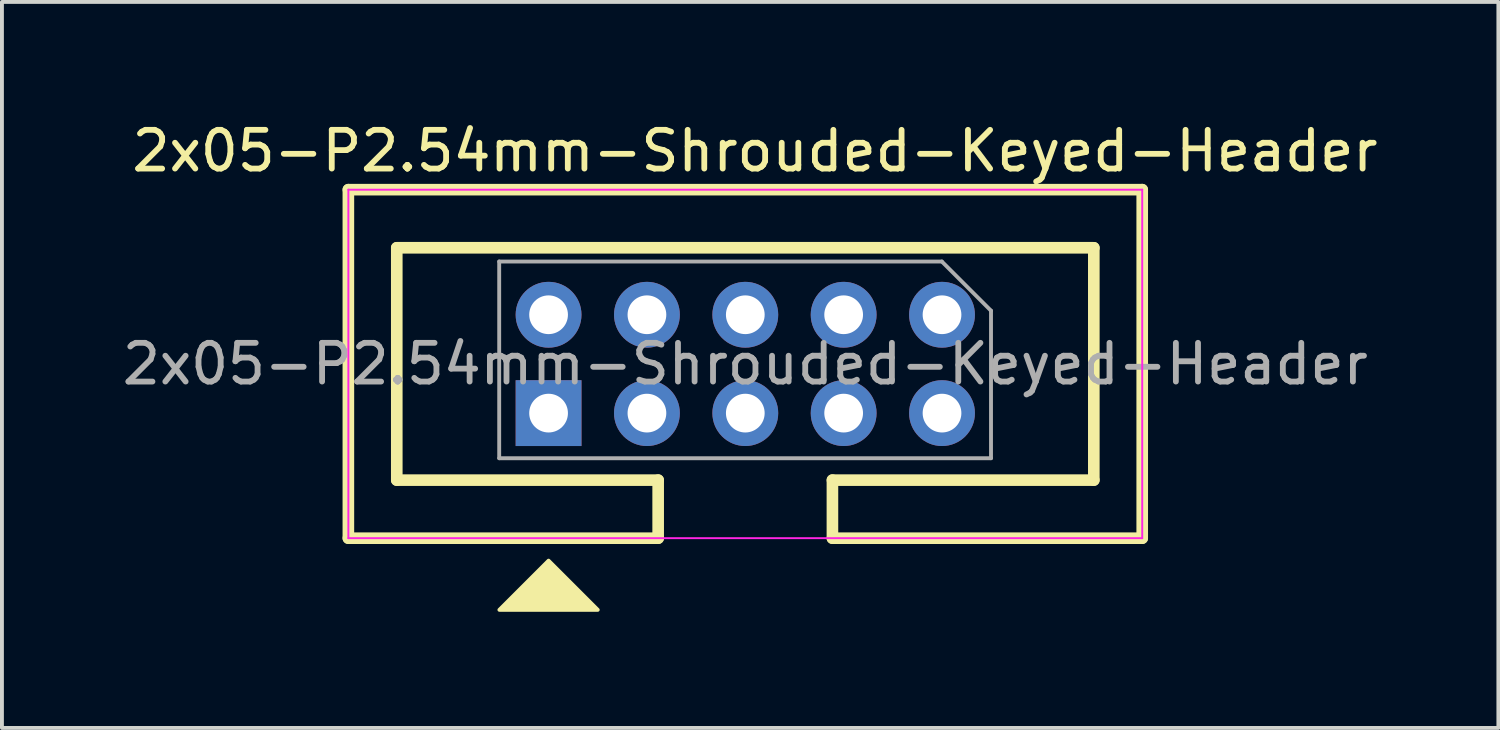
<source format=kicad_pcb>
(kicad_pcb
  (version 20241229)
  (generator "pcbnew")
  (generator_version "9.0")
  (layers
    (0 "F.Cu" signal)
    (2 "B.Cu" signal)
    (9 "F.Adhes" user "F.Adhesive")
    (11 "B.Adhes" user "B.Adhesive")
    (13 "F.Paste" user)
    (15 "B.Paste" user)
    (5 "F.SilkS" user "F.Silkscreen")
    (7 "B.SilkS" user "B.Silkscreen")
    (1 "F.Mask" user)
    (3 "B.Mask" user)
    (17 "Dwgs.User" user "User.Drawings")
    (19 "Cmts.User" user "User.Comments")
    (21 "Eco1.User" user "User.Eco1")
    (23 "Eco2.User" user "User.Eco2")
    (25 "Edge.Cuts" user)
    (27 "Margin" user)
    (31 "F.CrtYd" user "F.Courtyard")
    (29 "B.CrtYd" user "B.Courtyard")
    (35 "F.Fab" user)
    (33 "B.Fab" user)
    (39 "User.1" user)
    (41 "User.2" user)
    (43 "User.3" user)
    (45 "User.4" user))
  (footprint "2x05-P2.54mm-Shrouded-Keyed-Header"
    (layer "F.Cu")
    (at 16.196 6.348)
    (property "Reference" "2x05-P2.54mm-Shrouded-Keyed-Header" (at 0.25 -5.5 0) (layer "F.SilkS") (effects (font (size 1 1) (thickness 0.15))))
    (attr through_hole)
    (fp_line (start -10.25 -4.5) (end -10.25 4.5) (stroke (width 0.3) (type solid)) (layer "F.SilkS"))
    (fp_line (start -10.25 -4.5) (end 10.25 -4.5) (stroke (width 0.3) (type solid)) (layer "F.SilkS"))
    (fp_line (start -10.25 4.5) (end -2.25 4.5) (stroke (width 0.3) (type solid)) (layer "F.SilkS"))
    (fp_line (start -9 -3) (end -9 3) (stroke (width 0.3) (type solid)) (layer "F.SilkS"))
    (fp_line (start -9 -3) (end 9 -3) (stroke (width 0.3) (type solid)) (layer "F.SilkS"))
    (fp_line (start -9 3) (end -2.25 3) (stroke (width 0.3) (type solid)) (layer "F.SilkS"))
    (fp_line (start -2.25 4.5) (end -2.25 3) (stroke (width 0.3) (type solid)) (layer "F.SilkS"))
    (fp_line (start 2.25 4.5) (end 2.25 3) (stroke (width 0.3) (type solid)) (layer "F.SilkS"))
    (fp_line (start 9 -3) (end 9 3) (stroke (width 0.3) (type solid)) (layer "F.SilkS"))
    (fp_line (start 9 3) (end 2.25 3) (stroke (width 0.3) (type solid)) (layer "F.SilkS"))
    (fp_line (start 10.25 -4.5) (end 10.25 4.5) (stroke (width 0.3) (type solid)) (layer "F.SilkS"))
    (fp_line (start 10.25 4.5) (end 2.25 4.5) (stroke (width 0.3) (type solid)) (layer "F.SilkS"))
    (fp_poly (pts (xy -3.81 6.35) (xy -6.35 6.35) (xy -5.08 5.08)) (stroke (width 0.1) (type solid)) (fill yes) (layer "F.SilkS"))
    (fp_line (start -10.25 -4.5) (end -10.25 4.5) (stroke (width 0.05) (type solid)) (layer "F.CrtYd"))
    (fp_line (start -10.25 4.5) (end 10.25 4.5) (stroke (width 0.05) (type solid)) (layer "F.CrtYd"))
    (fp_line (start 10.25 -4.5) (end -10.25 -4.5) (stroke (width 0.05) (type solid)) (layer "F.CrtYd"))
    (fp_line (start 10.25 4.5) (end 10.25 -4.5) (stroke (width 0.05) (type solid)) (layer "F.CrtYd"))
    (fp_line (start -6.355 -2.645) (end 5.075 -2.645) (stroke (width 0.1) (type solid)) (layer "F.Fab"))
    (fp_line (start -6.355 2.435) (end -6.355 -2.645) (stroke (width 0.1) (type solid)) (layer "F.Fab"))
    (fp_line (start 5.075 -2.645) (end 6.345 -1.375) (stroke (width 0.1) (type solid)) (layer "F.Fab"))
    (fp_line (start 6.345 -1.375) (end 6.345 2.435) (stroke (width 0.1) (type solid)) (layer "F.Fab"))
    (fp_line (start 6.345 2.435) (end -6.355 2.435) (stroke (width 0.1) (type solid)) (layer "F.Fab"))
    (fp_text user "${REFERENCE}" (at 0 0 180) (layer "F.Fab") (effects (font (size 1 1) (thickness 0.15))))
    (pad "1" thru_hole rect (at -5.08 1.27 90) (size 1.7 1.7) (drill 1) (layers "*.Cu" "*.Mask"))
    (pad "2" thru_hole oval (at -5.08 -1.27 90) (size 1.7 1.7) (drill 1) (layers "*.Cu" "*.Mask"))
    (pad "3" thru_hole oval (at -2.54 1.27 90) (size 1.7 1.7) (drill 1) (layers "*.Cu" "*.Mask"))
    (pad "4" thru_hole oval (at -2.54 -1.27 90) (size 1.7 1.7) (drill 1) (layers "*.Cu" "*.Mask"))
    (pad "5" thru_hole oval (at 0 1.27 90) (size 1.7 1.7) (drill 1) (layers "*.Cu" "*.Mask"))
    (pad "6" thru_hole oval (at 0 -1.27 90) (size 1.7 1.7) (drill 1) (layers "*.Cu" "*.Mask"))
    (pad "7" thru_hole oval (at 2.54 1.27 90) (size 1.7 1.7) (drill 1) (layers "*.Cu" "*.Mask"))
    (pad "8" thru_hole oval (at 2.54 -1.27 90) (size 1.7 1.7) (drill 1) (layers "*.Cu" "*.Mask"))
    (pad "9" thru_hole oval (at 5.08 1.27 90) (size 1.7 1.7) (drill 1) (layers "*.Cu" "*.Mask"))
    (pad "10" thru_hole oval (at 5.08 -1.27 90) (size 1.7 1.7) (drill 1) (layers "*.Cu" "*.Mask")))
  (gr_rect
    (start -3 -3)
    (end 35.643 15.748)
    (stroke (width 0.1) (type default))
    (fill no)
    (layer "Edge.Cuts")))
</source>
